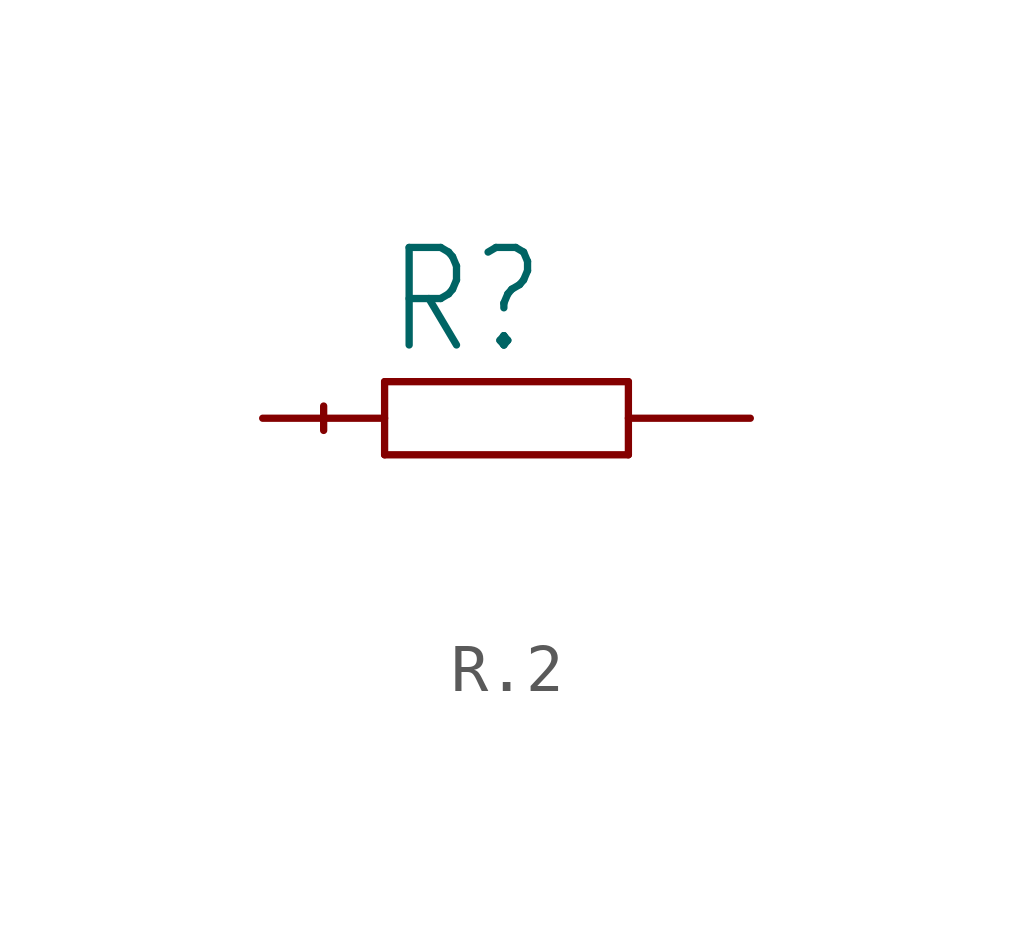
<source format=kicad_sym>
(kicad_symbol_lib
  (version 20241209)
  (generator "kicad_symbol_editor")
  (generator_version "9.0")
  (symbol "R.2"
    (property "Reference" "R"
      (at -2.54 1.27 0)
      (effects (font (size 2.032 1.727)) (justify left bottom)))
    (property "Value" ""
      (at -3.81 -3.556 0)
      (effects (font (size 2.032 1.727)) (justify left bottom)))
    (property "ki_locked" ""
      (at 0 0 0)
      (effects (font (size 1.27 1.27))))
    (symbol "R.2_1_0"
      (polyline (pts (xy -3.81 0.254) (xy -3.81 -0.254)) (stroke (width 0.152) (type solid)) (fill (type none)))
      (polyline (pts (xy -2.54 0.762) (xy -2.54 -0.762)) (stroke (width 0.152) (type solid)) (fill (type none)))
      (polyline (pts (xy -2.54 -0.762) (xy 2.54 -0.762)) (stroke (width 0.152) (type solid)) (fill (type none)))
      (polyline (pts (xy 2.54 0.762) (xy -2.54 0.762)) (stroke (width 0.152) (type solid)) (fill (type none)))
      (polyline (pts (xy 2.54 -0.762) (xy 2.54 0.762)) (stroke (width 0.152) (type solid)) (fill (type none)))
      (pin passive line (at -5.08 0 0) (length 2.54) (name "1" (effects (font (size 0 0)))) (number "1" (effects (font (size 0 0)))))
      (pin passive line (at 5.08 0 180) (length 2.54) (name "2" (effects (font (size 0 0)))) (number "2" (effects (font (size 0 0))))))))
</source>
